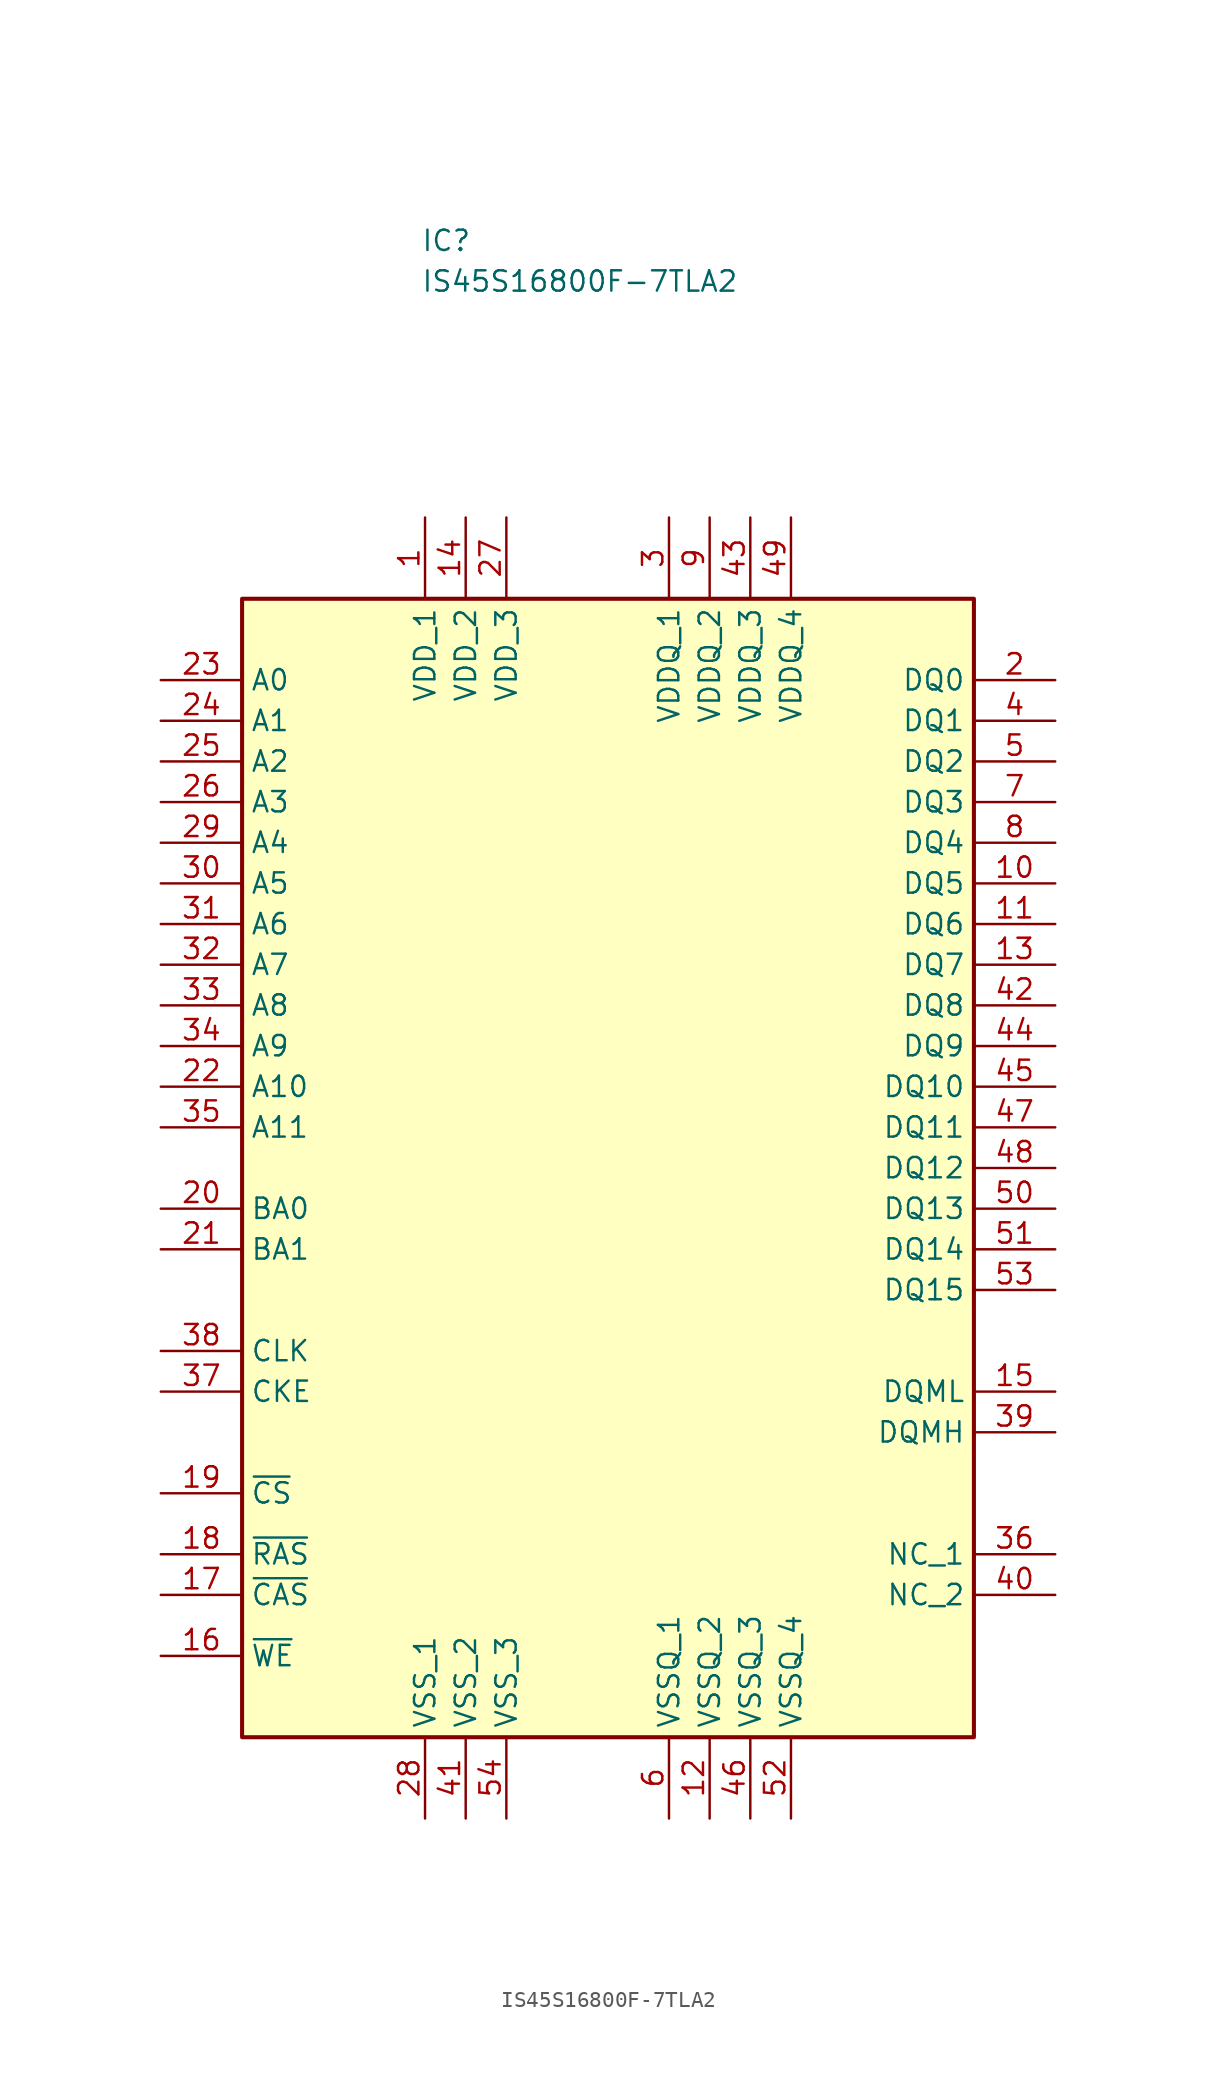
<source format=kicad_sym>
(kicad_symbol_lib
  (version 20231120)
  (generator "kicad_symbol_editor")
  (generator_version "8.0")
  (symbol "IS45S16800F-7TLA2"
    (property "Reference" "IC"
      (at 16.256 25.654 0)
      (effects (font (size 1.27 1.27)) (justify left top)))
    (property "Value" "IS45S16800F-7TLA2"
      (at 16.256 23.114 0)
      (effects (font (size 1.27 1.27)) (justify left top)))
    (symbol "IS45S16800F-7TLA2_1_1"
      (rectangle (start 5.08 2.54) (end 50.8 -68.58) (stroke (width 0.254) (type default)) (fill (type background)))
      (pin passive line (at 16.51 7.62 270) (length 5.08) (name "VDD_1" (effects (font (size 1.27 1.27)))) (number "1" (effects (font (size 1.27 1.27)))))
      (pin passive line (at 55.88 -15.24 180) (length 5.08) (name "DQ5" (effects (font (size 1.27 1.27)))) (number "10" (effects (font (size 1.27 1.27)))))
      (pin passive line (at 55.88 -17.78 180) (length 5.08) (name "DQ6" (effects (font (size 1.27 1.27)))) (number "11" (effects (font (size 1.27 1.27)))))
      (pin passive line (at 34.29 -73.66 90) (length 5.08) (name "VSSQ_2" (effects (font (size 1.27 1.27)))) (number "12" (effects (font (size 1.27 1.27)))))
      (pin passive line (at 55.88 -20.32 180) (length 5.08) (name "DQ7" (effects (font (size 1.27 1.27)))) (number "13" (effects (font (size 1.27 1.27)))))
      (pin passive line (at 19.05 7.62 270) (length 5.08) (name "VDD_2" (effects (font (size 1.27 1.27)))) (number "14" (effects (font (size 1.27 1.27)))))
      (pin passive line (at 55.88 -46.99 180) (length 5.08) (name "DQML" (effects (font (size 1.27 1.27)))) (number "15" (effects (font (size 1.27 1.27)))))
      (pin passive line (at 0 -63.5 0) (length 5.08) (name "~{WE}" (effects (font (size 1.27 1.27)))) (number "16" (effects (font (size 1.27 1.27)))))
      (pin passive line (at 0 -59.69 0) (length 5.08) (name "~{CAS}" (effects (font (size 1.27 1.27)))) (number "17" (effects (font (size 1.27 1.27)))))
      (pin passive line (at 0 -57.15 0) (length 5.08) (name "~{RAS}" (effects (font (size 1.27 1.27)))) (number "18" (effects (font (size 1.27 1.27)))))
      (pin passive line (at 0 -53.34 0) (length 5.08) (name "~{CS}" (effects (font (size 1.27 1.27)))) (number "19" (effects (font (size 1.27 1.27)))))
      (pin passive line (at 55.88 -2.54 180) (length 5.08) (name "DQ0" (effects (font (size 1.27 1.27)))) (number "2" (effects (font (size 1.27 1.27)))))
      (pin passive line (at 0 -35.56 0) (length 5.08) (name "BA0" (effects (font (size 1.27 1.27)))) (number "20" (effects (font (size 1.27 1.27)))))
      (pin passive line (at 0 -38.1 0) (length 5.08) (name "BA1" (effects (font (size 1.27 1.27)))) (number "21" (effects (font (size 1.27 1.27)))))
      (pin passive line (at 0 -27.94 0) (length 5.08) (name "A10" (effects (font (size 1.27 1.27)))) (number "22" (effects (font (size 1.27 1.27)))))
      (pin passive line (at 0 -2.54 0) (length 5.08) (name "A0" (effects (font (size 1.27 1.27)))) (number "23" (effects (font (size 1.27 1.27)))))
      (pin passive line (at 0 -5.08 0) (length 5.08) (name "A1" (effects (font (size 1.27 1.27)))) (number "24" (effects (font (size 1.27 1.27)))))
      (pin passive line (at 0 -7.62 0) (length 5.08) (name "A2" (effects (font (size 1.27 1.27)))) (number "25" (effects (font (size 1.27 1.27)))))
      (pin passive line (at 0 -10.16 0) (length 5.08) (name "A3" (effects (font (size 1.27 1.27)))) (number "26" (effects (font (size 1.27 1.27)))))
      (pin passive line (at 21.59 7.62 270) (length 5.08) (name "VDD_3" (effects (font (size 1.27 1.27)))) (number "27" (effects (font (size 1.27 1.27)))))
      (pin passive line (at 16.51 -73.66 90) (length 5.08) (name "VSS_1" (effects (font (size 1.27 1.27)))) (number "28" (effects (font (size 1.27 1.27)))))
      (pin passive line (at 0 -12.7 0) (length 5.08) (name "A4" (effects (font (size 1.27 1.27)))) (number "29" (effects (font (size 1.27 1.27)))))
      (pin passive line (at 31.75 7.62 270) (length 5.08) (name "VDDQ_1" (effects (font (size 1.27 1.27)))) (number "3" (effects (font (size 1.27 1.27)))))
      (pin passive line (at 0 -15.24 0) (length 5.08) (name "A5" (effects (font (size 1.27 1.27)))) (number "30" (effects (font (size 1.27 1.27)))))
      (pin passive line (at 0 -17.78 0) (length 5.08) (name "A6" (effects (font (size 1.27 1.27)))) (number "31" (effects (font (size 1.27 1.27)))))
      (pin passive line (at 0 -20.32 0) (length 5.08) (name "A7" (effects (font (size 1.27 1.27)))) (number "32" (effects (font (size 1.27 1.27)))))
      (pin passive line (at 0 -22.86 0) (length 5.08) (name "A8" (effects (font (size 1.27 1.27)))) (number "33" (effects (font (size 1.27 1.27)))))
      (pin passive line (at 0 -25.4 0) (length 5.08) (name "A9" (effects (font (size 1.27 1.27)))) (number "34" (effects (font (size 1.27 1.27)))))
      (pin passive line (at 0 -30.48 0) (length 5.08) (name "A11" (effects (font (size 1.27 1.27)))) (number "35" (effects (font (size 1.27 1.27)))))
      (pin passive line (at 55.88 -57.15 180) (length 5.08) (name "NC_1" (effects (font (size 1.27 1.27)))) (number "36" (effects (font (size 1.27 1.27)))))
      (pin passive line (at 0 -46.99 0) (length 5.08) (name "CKE" (effects (font (size 1.27 1.27)))) (number "37" (effects (font (size 1.27 1.27)))))
      (pin passive line (at 0 -44.45 0) (length 5.08) (name "CLK" (effects (font (size 1.27 1.27)))) (number "38" (effects (font (size 1.27 1.27)))))
      (pin passive line (at 55.88 -49.53 180) (length 5.08) (name "DQMH" (effects (font (size 1.27 1.27)))) (number "39" (effects (font (size 1.27 1.27)))))
      (pin passive line (at 55.88 -5.08 180) (length 5.08) (name "DQ1" (effects (font (size 1.27 1.27)))) (number "4" (effects (font (size 1.27 1.27)))))
      (pin passive line (at 55.88 -59.69 180) (length 5.08) (name "NC_2" (effects (font (size 1.27 1.27)))) (number "40" (effects (font (size 1.27 1.27)))))
      (pin passive line (at 19.05 -73.66 90) (length 5.08) (name "VSS_2" (effects (font (size 1.27 1.27)))) (number "41" (effects (font (size 1.27 1.27)))))
      (pin passive line (at 55.88 -22.86 180) (length 5.08) (name "DQ8" (effects (font (size 1.27 1.27)))) (number "42" (effects (font (size 1.27 1.27)))))
      (pin passive line (at 36.83 7.62 270) (length 5.08) (name "VDDQ_3" (effects (font (size 1.27 1.27)))) (number "43" (effects (font (size 1.27 1.27)))))
      (pin passive line (at 55.88 -25.4 180) (length 5.08) (name "DQ9" (effects (font (size 1.27 1.27)))) (number "44" (effects (font (size 1.27 1.27)))))
      (pin passive line (at 55.88 -27.94 180) (length 5.08) (name "DQ10" (effects (font (size 1.27 1.27)))) (number "45" (effects (font (size 1.27 1.27)))))
      (pin passive line (at 36.83 -73.66 90) (length 5.08) (name "VSSQ_3" (effects (font (size 1.27 1.27)))) (number "46" (effects (font (size 1.27 1.27)))))
      (pin passive line (at 55.88 -30.48 180) (length 5.08) (name "DQ11" (effects (font (size 1.27 1.27)))) (number "47" (effects (font (size 1.27 1.27)))))
      (pin passive line (at 55.88 -33.02 180) (length 5.08) (name "DQ12" (effects (font (size 1.27 1.27)))) (number "48" (effects (font (size 1.27 1.27)))))
      (pin passive line (at 39.37 7.62 270) (length 5.08) (name "VDDQ_4" (effects (font (size 1.27 1.27)))) (number "49" (effects (font (size 1.27 1.27)))))
      (pin passive line (at 55.88 -7.62 180) (length 5.08) (name "DQ2" (effects (font (size 1.27 1.27)))) (number "5" (effects (font (size 1.27 1.27)))))
      (pin passive line (at 55.88 -35.56 180) (length 5.08) (name "DQ13" (effects (font (size 1.27 1.27)))) (number "50" (effects (font (size 1.27 1.27)))))
      (pin passive line (at 55.88 -38.1 180) (length 5.08) (name "DQ14" (effects (font (size 1.27 1.27)))) (number "51" (effects (font (size 1.27 1.27)))))
      (pin passive line (at 39.37 -73.66 90) (length 5.08) (name "VSSQ_4" (effects (font (size 1.27 1.27)))) (number "52" (effects (font (size 1.27 1.27)))))
      (pin passive line (at 55.88 -40.64 180) (length 5.08) (name "DQ15" (effects (font (size 1.27 1.27)))) (number "53" (effects (font (size 1.27 1.27)))))
      (pin passive line (at 21.59 -73.66 90) (length 5.08) (name "VSS_3" (effects (font (size 1.27 1.27)))) (number "54" (effects (font (size 1.27 1.27)))))
      (pin passive line (at 31.75 -73.66 90) (length 5.08) (name "VSSQ_1" (effects (font (size 1.27 1.27)))) (number "6" (effects (font (size 1.27 1.27)))))
      (pin passive line (at 55.88 -10.16 180) (length 5.08) (name "DQ3" (effects (font (size 1.27 1.27)))) (number "7" (effects (font (size 1.27 1.27)))))
      (pin passive line (at 55.88 -12.7 180) (length 5.08) (name "DQ4" (effects (font (size 1.27 1.27)))) (number "8" (effects (font (size 1.27 1.27)))))
      (pin passive line (at 34.29 7.62 270) (length 5.08) (name "VDDQ_2" (effects (font (size 1.27 1.27)))) (number "9" (effects (font (size 1.27 1.27))))))))
</source>
